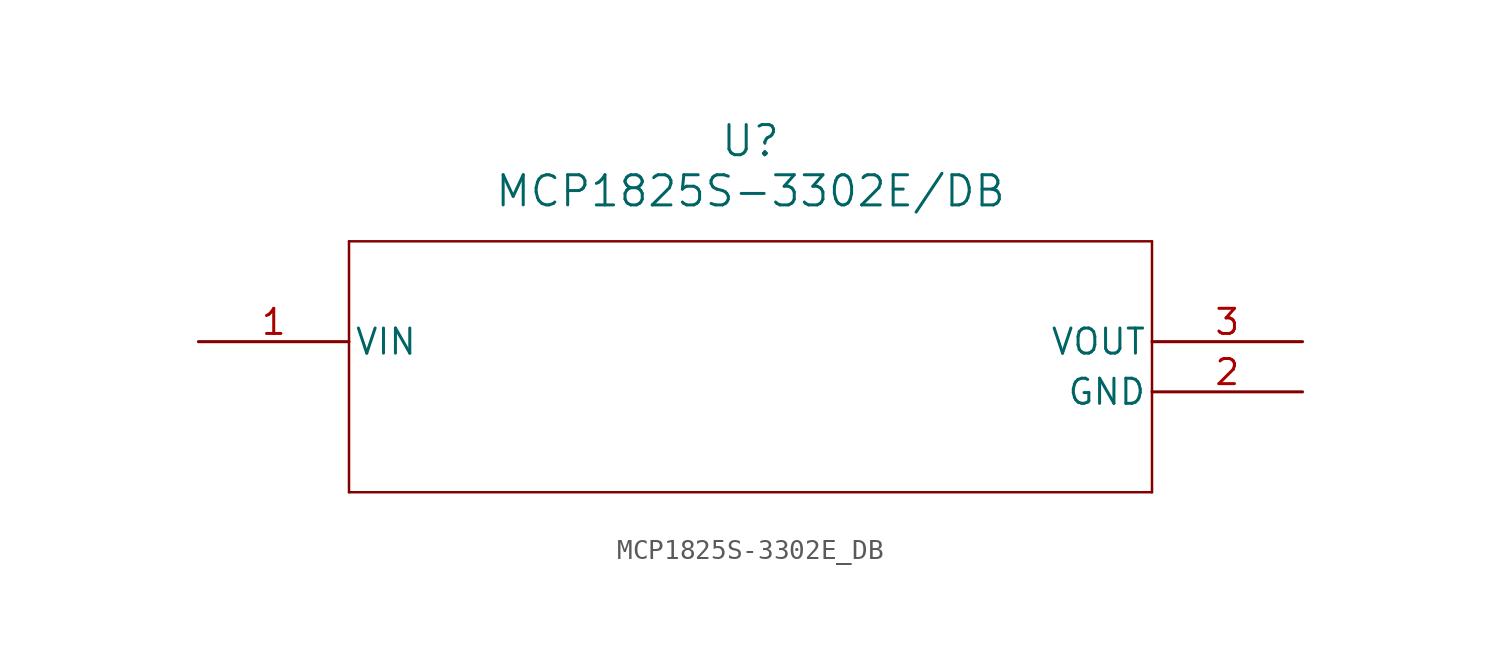
<source format=kicad_sym>
(kicad_symbol_lib
  (version 20211014)
  (generator kicad_symbol_editor)
  (symbol "MCP1825S-3302E_DB"
    (pin_names
      (offset 0.254))
    (property "Reference" "U"
      (at 27.94 10.16 0)
      (effects (font (size 1.524 1.524))))
    (property "Value" "MCP1825S-3302E/DB"
      (at 27.94 7.62 0)
      (effects (font (size 1.524 1.524))))
    (symbol "MCP1825S-3302E_DB_0_1"
      (polyline (pts (xy 7.62 5.08) (xy 7.62 -7.62)) (stroke (width 0.127) (type default) (color 0 0 0 0)) (fill (type none)))
      (polyline (pts (xy 7.62 -7.62) (xy 48.26 -7.62)) (stroke (width 0.127) (type default) (color 0 0 0 0)) (fill (type none)))
      (polyline (pts (xy 48.26 -7.62) (xy 48.26 5.08)) (stroke (width 0.127) (type default) (color 0 0 0 0)) (fill (type none)))
      (polyline (pts (xy 48.26 5.08) (xy 7.62 5.08)) (stroke (width 0.127) (type default) (color 0 0 0 0)) (fill (type none)))
      (pin unspecified line (at 0 0 0) (length 7.62) (name "VIN" (effects (font (size 1.27 1.27)))) (number "1" (effects (font (size 1.27 1.27)))))
      (pin unspecified line (at 55.88 -2.54 180) (length 7.62) (name "GND" (effects (font (size 1.27 1.27)))) (number "2" (effects (font (size 1.27 1.27)))))
      (pin unspecified line (at 55.88 0 180) (length 7.62) (name "VOUT" (effects (font (size 1.27 1.27)))) (number "3" (effects (font (size 1.27 1.27))))))))
</source>
